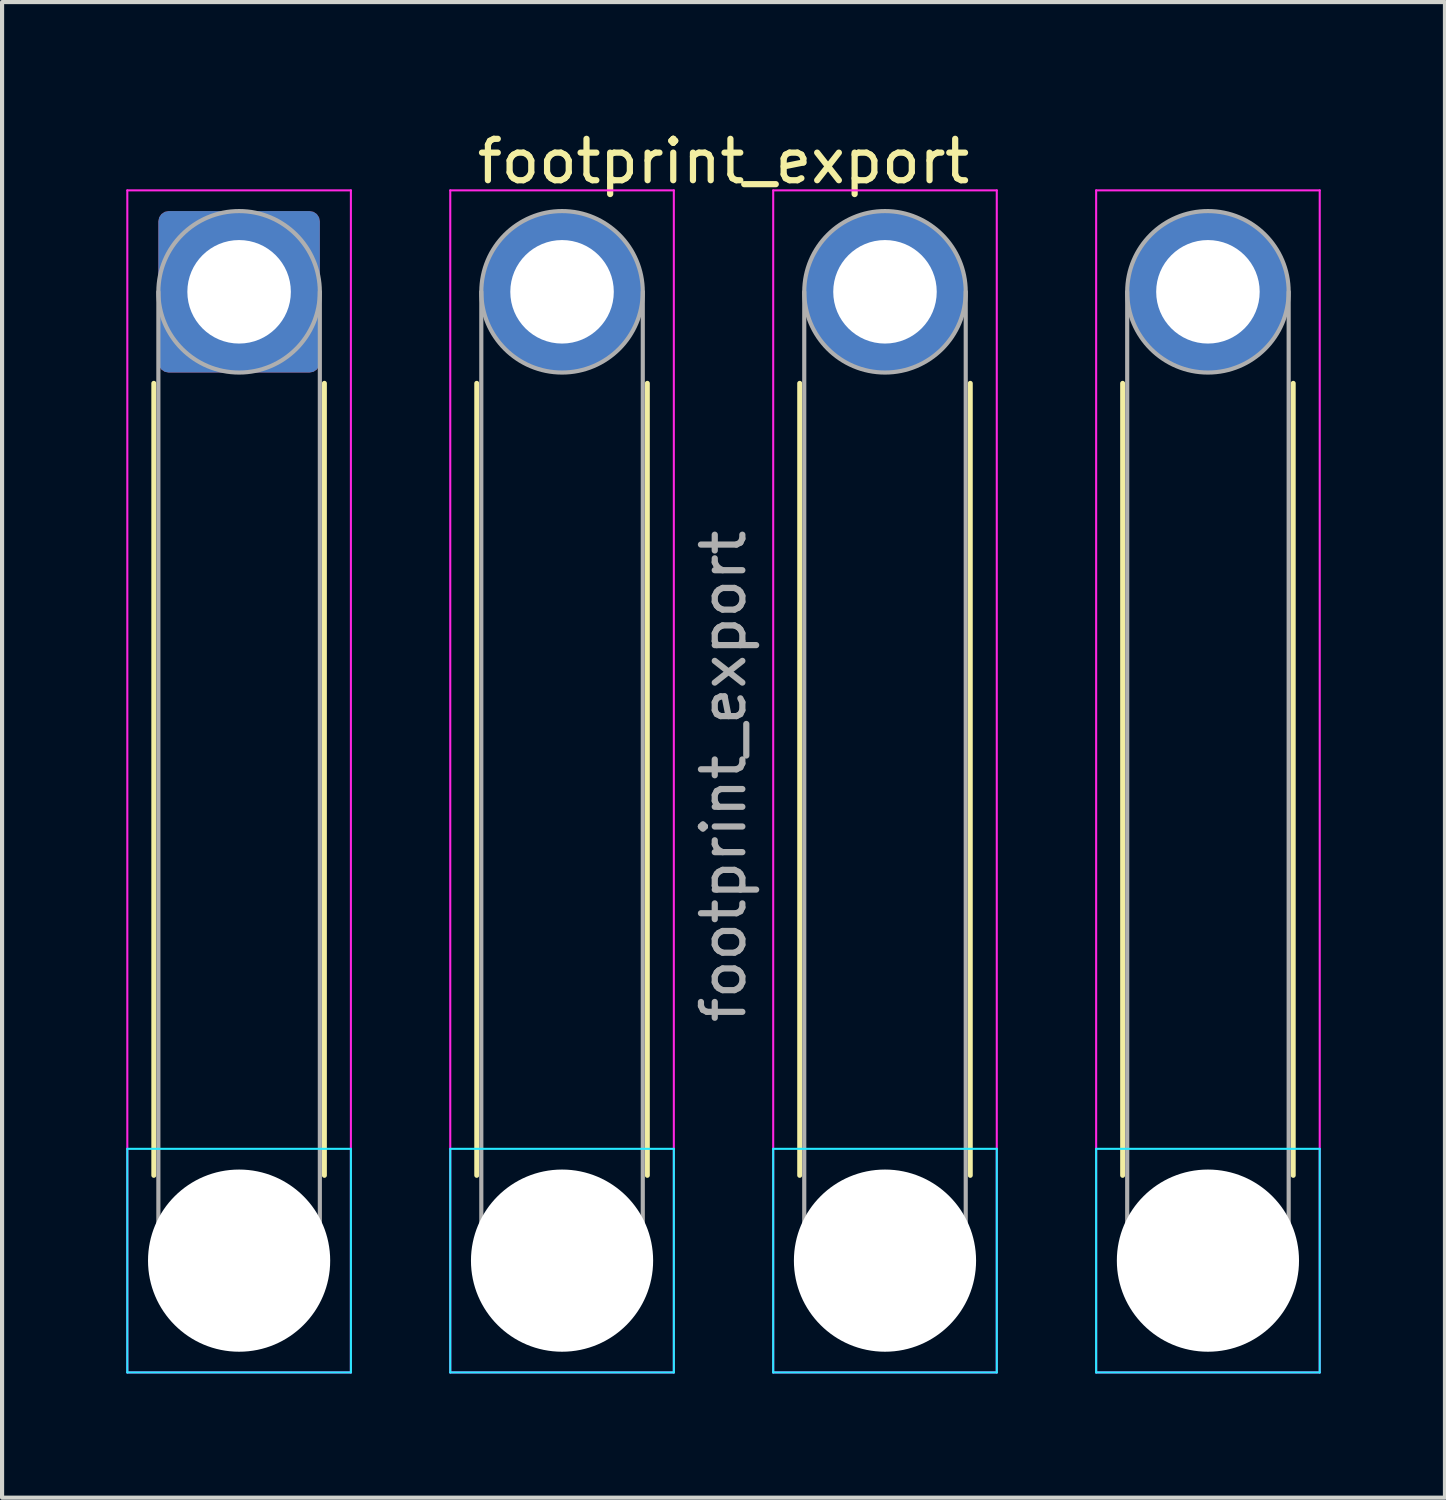
<source format=kicad_pcb>
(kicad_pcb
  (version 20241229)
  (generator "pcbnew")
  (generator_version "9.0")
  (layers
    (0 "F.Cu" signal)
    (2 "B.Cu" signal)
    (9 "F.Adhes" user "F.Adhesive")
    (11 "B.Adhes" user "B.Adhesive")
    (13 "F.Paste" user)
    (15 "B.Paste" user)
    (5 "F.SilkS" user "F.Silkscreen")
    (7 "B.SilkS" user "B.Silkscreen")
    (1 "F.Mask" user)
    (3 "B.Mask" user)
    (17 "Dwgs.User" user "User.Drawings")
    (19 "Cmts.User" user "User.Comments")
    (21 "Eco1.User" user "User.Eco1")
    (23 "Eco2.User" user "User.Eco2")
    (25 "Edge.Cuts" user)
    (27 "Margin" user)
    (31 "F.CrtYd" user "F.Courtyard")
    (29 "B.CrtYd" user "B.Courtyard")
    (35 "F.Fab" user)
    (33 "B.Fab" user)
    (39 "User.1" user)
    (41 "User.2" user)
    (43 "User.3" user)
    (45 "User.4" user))
  (footprint "footprint_export"
    (layer "F.Cu")
    (at 2.725 3.998)
    (property "Reference" "footprint_export" (at 11.7 -3.15 0) (layer "F.SilkS") (effects (font (size 1 1) (thickness 0.15))))
    (attr exclude_from_pos_files exclude_from_bom)
    (fp_line (start -2.06 2.21) (end -2.06 21.34) (stroke (width 0.12) (type solid)) (layer "F.SilkS"))
    (fp_line (start 2.06 2.21) (end 2.06 21.34) (stroke (width 0.12) (type solid)) (layer "F.SilkS"))
    (fp_line (start 5.74 2.21) (end 5.74 21.34) (stroke (width 0.12) (type solid)) (layer "F.SilkS"))
    (fp_line (start 9.86 2.21) (end 9.86 21.34) (stroke (width 0.12) (type solid)) (layer "F.SilkS"))
    (fp_line (start 13.54 2.21) (end 13.54 21.34) (stroke (width 0.12) (type solid)) (layer "F.SilkS"))
    (fp_line (start 17.66 2.21) (end 17.66 21.34) (stroke (width 0.12) (type solid)) (layer "F.SilkS"))
    (fp_line (start 21.34 2.21) (end 21.34 21.34) (stroke (width 0.12) (type solid)) (layer "F.SilkS"))
    (fp_line (start 25.46 2.21) (end 25.46 21.34) (stroke (width 0.12) (type solid)) (layer "F.SilkS"))
    (fp_line (start -2.7 20.7) (end -2.7 26.1) (stroke (width 0.05) (type solid)) (layer "B.CrtYd"))
    (fp_line (start -2.7 26.1) (end 2.7 26.1) (stroke (width 0.05) (type solid)) (layer "B.CrtYd"))
    (fp_line (start 2.7 20.7) (end -2.7 20.7) (stroke (width 0.05) (type solid)) (layer "B.CrtYd"))
    (fp_line (start 2.7 26.1) (end 2.7 20.7) (stroke (width 0.05) (type solid)) (layer "B.CrtYd"))
    (fp_line (start 5.1 20.7) (end 5.1 26.1) (stroke (width 0.05) (type solid)) (layer "B.CrtYd"))
    (fp_line (start 5.1 26.1) (end 10.5 26.1) (stroke (width 0.05) (type solid)) (layer "B.CrtYd"))
    (fp_line (start 10.5 20.7) (end 5.1 20.7) (stroke (width 0.05) (type solid)) (layer "B.CrtYd"))
    (fp_line (start 10.5 26.1) (end 10.5 20.7) (stroke (width 0.05) (type solid)) (layer "B.CrtYd"))
    (fp_line (start 12.9 20.7) (end 12.9 26.1) (stroke (width 0.05) (type solid)) (layer "B.CrtYd"))
    (fp_line (start 12.9 26.1) (end 18.3 26.1) (stroke (width 0.05) (type solid)) (layer "B.CrtYd"))
    (fp_line (start 18.3 20.7) (end 12.9 20.7) (stroke (width 0.05) (type solid)) (layer "B.CrtYd"))
    (fp_line (start 18.3 26.1) (end 18.3 20.7) (stroke (width 0.05) (type solid)) (layer "B.CrtYd"))
    (fp_line (start 20.7 20.7) (end 20.7 26.1) (stroke (width 0.05) (type solid)) (layer "B.CrtYd"))
    (fp_line (start 20.7 26.1) (end 26.1 26.1) (stroke (width 0.05) (type solid)) (layer "B.CrtYd"))
    (fp_line (start 26.1 20.7) (end 20.7 20.7) (stroke (width 0.05) (type solid)) (layer "B.CrtYd"))
    (fp_line (start 26.1 26.1) (end 26.1 20.7) (stroke (width 0.05) (type solid)) (layer "B.CrtYd"))
    (fp_line (start -2.7 -2.45) (end -2.7 26.1) (stroke (width 0.05) (type solid)) (layer "F.CrtYd"))
    (fp_line (start -2.7 26.1) (end 2.7 26.1) (stroke (width 0.05) (type solid)) (layer "F.CrtYd"))
    (fp_line (start 2.7 -2.45) (end -2.7 -2.45) (stroke (width 0.05) (type solid)) (layer "F.CrtYd"))
    (fp_line (start 2.7 26.1) (end 2.7 -2.45) (stroke (width 0.05) (type solid)) (layer "F.CrtYd"))
    (fp_line (start 5.1 -2.45) (end 5.1 26.1) (stroke (width 0.05) (type solid)) (layer "F.CrtYd"))
    (fp_line (start 5.1 26.1) (end 10.5 26.1) (stroke (width 0.05) (type solid)) (layer "F.CrtYd"))
    (fp_line (start 10.5 -2.45) (end 5.1 -2.45) (stroke (width 0.05) (type solid)) (layer "F.CrtYd"))
    (fp_line (start 10.5 26.1) (end 10.5 -2.45) (stroke (width 0.05) (type solid)) (layer "F.CrtYd"))
    (fp_line (start 12.9 -2.45) (end 12.9 26.1) (stroke (width 0.05) (type solid)) (layer "F.CrtYd"))
    (fp_line (start 12.9 26.1) (end 18.3 26.1) (stroke (width 0.05) (type solid)) (layer "F.CrtYd"))
    (fp_line (start 18.3 -2.45) (end 12.9 -2.45) (stroke (width 0.05) (type solid)) (layer "F.CrtYd"))
    (fp_line (start 18.3 26.1) (end 18.3 -2.45) (stroke (width 0.05) (type solid)) (layer "F.CrtYd"))
    (fp_line (start 20.7 -2.45) (end 20.7 26.1) (stroke (width 0.05) (type solid)) (layer "F.CrtYd"))
    (fp_line (start 20.7 26.1) (end 26.1 26.1) (stroke (width 0.05) (type solid)) (layer "F.CrtYd"))
    (fp_line (start 26.1 -2.45) (end 20.7 -2.45) (stroke (width 0.05) (type solid)) (layer "F.CrtYd"))
    (fp_line (start 26.1 26.1) (end 26.1 -2.45) (stroke (width 0.05) (type solid)) (layer "F.CrtYd"))
    (fp_line (start -1.95 0) (end -1.95 23.4) (stroke (width 0.1) (type solid)) (layer "F.Fab"))
    (fp_line (start 1.95 0) (end 1.95 23.4) (stroke (width 0.1) (type solid)) (layer "F.Fab"))
    (fp_line (start 5.85 0) (end 5.85 23.4) (stroke (width 0.1) (type solid)) (layer "F.Fab"))
    (fp_line (start 9.75 0) (end 9.75 23.4) (stroke (width 0.1) (type solid)) (layer "F.Fab"))
    (fp_line (start 13.65 0) (end 13.65 23.4) (stroke (width 0.1) (type solid)) (layer "F.Fab"))
    (fp_line (start 17.55 0) (end 17.55 23.4) (stroke (width 0.1) (type solid)) (layer "F.Fab"))
    (fp_line (start 21.45 0) (end 21.45 23.4) (stroke (width 0.1) (type solid)) (layer "F.Fab"))
    (fp_line (start 25.35 0) (end 25.35 23.4) (stroke (width 0.1) (type solid)) (layer "F.Fab"))
    (fp_circle (center 0 0) (end 1.95 0) (stroke (width 0.1) (type solid)) (fill no) (layer "F.Fab"))
    (fp_circle (center 0 23.4) (end 1.95 23.4) (stroke (width 0.1) (type solid)) (fill no) (layer "F.Fab"))
    (fp_circle (center 7.8 0) (end 9.75 0) (stroke (width 0.1) (type solid)) (fill no) (layer "F.Fab"))
    (fp_circle (center 7.8 23.4) (end 9.75 23.4) (stroke (width 0.1) (type solid)) (fill no) (layer "F.Fab"))
    (fp_circle (center 15.6 0) (end 17.55 0) (stroke (width 0.1) (type solid)) (fill no) (layer "F.Fab"))
    (fp_circle (center 15.6 23.4) (end 17.55 23.4) (stroke (width 0.1) (type solid)) (fill no) (layer "F.Fab"))
    (fp_circle (center 23.4 0) (end 25.35 0) (stroke (width 0.1) (type solid)) (fill no) (layer "F.Fab"))
    (fp_circle (center 23.4 23.4) (end 25.35 23.4) (stroke (width 0.1) (type solid)) (fill no) (layer "F.Fab"))
    (fp_text user "${REFERENCE}" (at 11.7 11.7 90) (layer "F.Fab") (effects (font (size 1 1) (thickness 0.15))))
    (pad "" np_thru_hole circle (at 0 23.4) (size 4.4 4.4) (drill 4.4) (layers "*.Cu" "*.Mask"))
    (pad "" np_thru_hole circle (at 7.8 23.4) (size 4.4 4.4) (drill 4.4) (layers "*.Cu" "*.Mask"))
    (pad "" np_thru_hole circle (at 15.6 23.4) (size 4.4 4.4) (drill 4.4) (layers "*.Cu" "*.Mask"))
    (pad "" np_thru_hole circle (at 23.4 23.4) (size 4.4 4.4) (drill 4.4) (layers "*.Cu" "*.Mask"))
    (pad "1" thru_hole roundrect (at 0 0) (size 3.9 3.9) (drill 2.5) (layers "*.Cu" "*.Mask") (roundrect_rratio 0.064))
    (pad "2" thru_hole circle (at 7.8 0) (size 3.9 3.9) (drill 2.5) (layers "*.Cu" "*.Mask"))
    (pad "3" thru_hole circle (at 15.6 0) (size 3.9 3.9) (drill 2.5) (layers "*.Cu" "*.Mask"))
    (pad "4" thru_hole circle (at 23.4 0) (size 3.9 3.9) (drill 2.5) (layers "*.Cu" "*.Mask")))
  (gr_rect
    (start -3 -3)
    (end 31.85 33.123)
    (stroke (width 0.1) (type default))
    (fill no)
    (layer "Edge.Cuts")))
</source>
